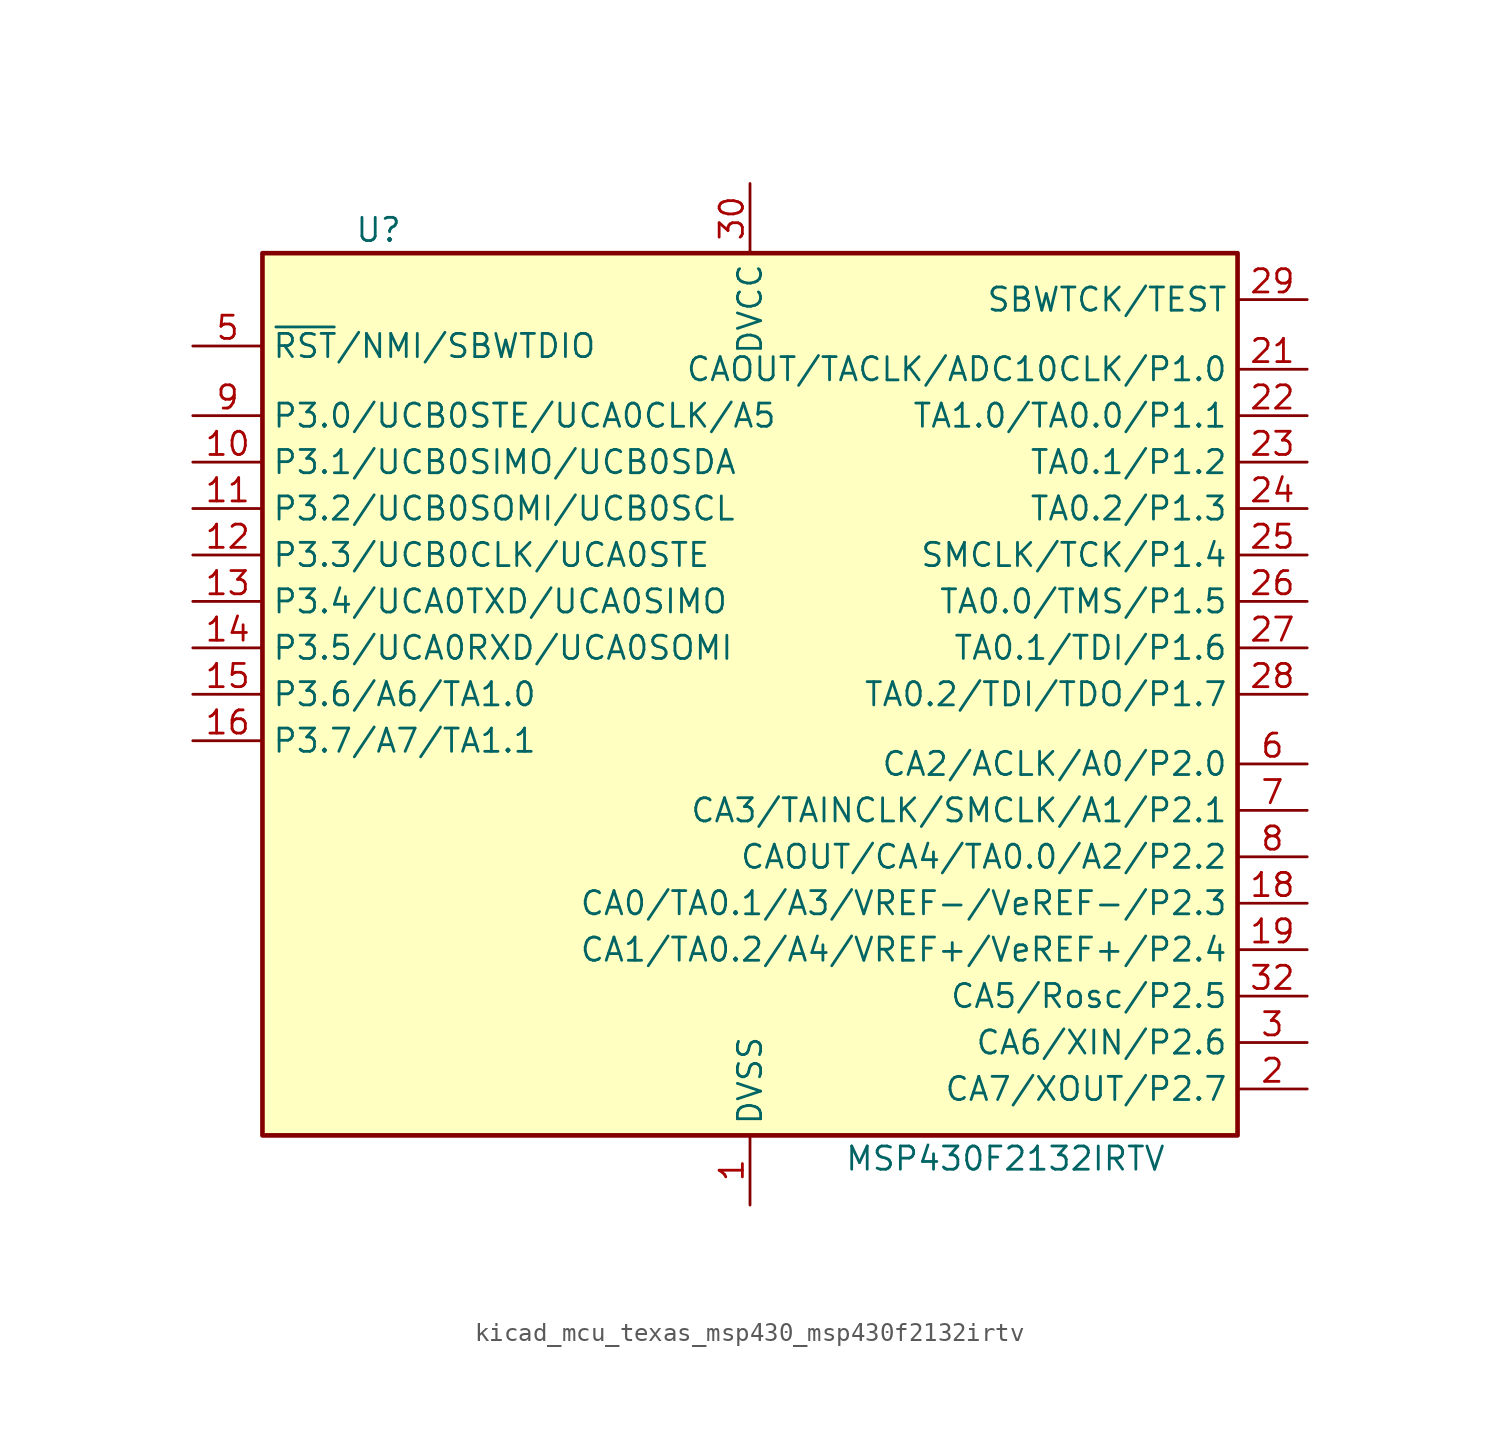
<source format=kicad_sym>
(kicad_symbol_lib
  (version 20220914)
  (generator kicad_symbol_editor)
  (symbol "kicad_mcu_texas_msp430_msp430f2132irtv"
    (property "Reference" "U"
      (at -20.32 25.4 0)
      (effects (font (size 1.27 1.27))))
    (property "Value" "MSP430F2132IRTV"
      (at 13.97 -25.4 0)
      (effects (font (size 1.27 1.27))))
    (symbol "kicad_mcu_texas_msp430_msp430f2132irtv_0_1"
      (rectangle (start -26.67 24.13) (end 26.67 -24.13) (stroke (width 0.254) (type default)) (fill (type background))))
    (symbol "kicad_mcu_texas_msp430_msp430f2132irtv_1_1"
      (pin power_in line (at 0 -27.94 90) (length 3.81) (name "DVSS" (effects (font (size 1.27 1.27)))) (number "1" (effects (font (size 1.27 1.27)))))
      (pin bidirectional line (at -30.48 12.7 0) (length 3.81) (name "P3.1/UCB0SIMO/UCB0SDA" (effects (font (size 1.27 1.27)))) (number "10" (effects (font (size 1.27 1.27)))))
      (pin bidirectional line (at -30.48 10.16 0) (length 3.81) (name "P3.2/UCB0SOMI/UCB0SCL" (effects (font (size 1.27 1.27)))) (number "11" (effects (font (size 1.27 1.27)))))
      (pin bidirectional line (at -30.48 7.62 0) (length 3.81) (name "P3.3/UCB0CLK/UCA0STE" (effects (font (size 1.27 1.27)))) (number "12" (effects (font (size 1.27 1.27)))))
      (pin bidirectional line (at -30.48 5.08 0) (length 3.81) (name "P3.4/UCA0TXD/UCA0SIMO" (effects (font (size 1.27 1.27)))) (number "13" (effects (font (size 1.27 1.27)))))
      (pin bidirectional line (at -30.48 2.54 0) (length 3.81) (name "P3.5/UCA0RXD/UCA0SOMI" (effects (font (size 1.27 1.27)))) (number "14" (effects (font (size 1.27 1.27)))))
      (pin bidirectional line (at -30.48 0 0) (length 3.81) (name "P3.6/A6/TA1.0" (effects (font (size 1.27 1.27)))) (number "15" (effects (font (size 1.27 1.27)))))
      (pin bidirectional line (at -30.48 -2.54 0) (length 3.81) (name "P3.7/A7/TA1.1" (effects (font (size 1.27 1.27)))) (number "16" (effects (font (size 1.27 1.27)))))
      (pin bidirectional line (at 30.48 -11.43 180) (length 3.81) (name "CA0/TA0.1/A3/VREF-/VeREF-/P2.3" (effects (font (size 1.27 1.27)))) (number "18" (effects (font (size 1.27 1.27)))))
      (pin bidirectional line (at 30.48 -13.97 180) (length 3.81) (name "CA1/TA0.2/A4/VREF+/VeREF+/P2.4" (effects (font (size 1.27 1.27)))) (number "19" (effects (font (size 1.27 1.27)))))
      (pin bidirectional line (at 30.48 -21.59 180) (length 3.81) (name "CA7/XOUT/P2.7" (effects (font (size 1.27 1.27)))) (number "2" (effects (font (size 1.27 1.27)))))
      (pin bidirectional line (at 30.48 17.78 180) (length 3.81) (name "CAOUT/TACLK/ADC10CLK/P1.0" (effects (font (size 1.27 1.27)))) (number "21" (effects (font (size 1.27 1.27)))))
      (pin bidirectional line (at 30.48 15.24 180) (length 3.81) (name "TA1.0/TA0.0/P1.1" (effects (font (size 1.27 1.27)))) (number "22" (effects (font (size 1.27 1.27)))))
      (pin bidirectional line (at 30.48 12.7 180) (length 3.81) (name "TA0.1/P1.2" (effects (font (size 1.27 1.27)))) (number "23" (effects (font (size 1.27 1.27)))))
      (pin bidirectional line (at 30.48 10.16 180) (length 3.81) (name "TA0.2/P1.3" (effects (font (size 1.27 1.27)))) (number "24" (effects (font (size 1.27 1.27)))))
      (pin bidirectional line (at 30.48 7.62 180) (length 3.81) (name "SMCLK/TCK/P1.4" (effects (font (size 1.27 1.27)))) (number "25" (effects (font (size 1.27 1.27)))))
      (pin bidirectional line (at 30.48 5.08 180) (length 3.81) (name "TA0.0/TMS/P1.5" (effects (font (size 1.27 1.27)))) (number "26" (effects (font (size 1.27 1.27)))))
      (pin bidirectional line (at 30.48 2.54 180) (length 3.81) (name "TA0.1/TDI/P1.6" (effects (font (size 1.27 1.27)))) (number "27" (effects (font (size 1.27 1.27)))))
      (pin bidirectional line (at 30.48 0 180) (length 3.81) (name "TA0.2/TDI/TDO/P1.7" (effects (font (size 1.27 1.27)))) (number "28" (effects (font (size 1.27 1.27)))))
      (pin input line (at 30.48 21.59 180) (length 3.81) (name "SBWTCK/TEST" (effects (font (size 1.27 1.27)))) (number "29" (effects (font (size 1.27 1.27)))))
      (pin bidirectional line (at 30.48 -19.05 180) (length 3.81) (name "CA6/XIN/P2.6" (effects (font (size 1.27 1.27)))) (number "3" (effects (font (size 1.27 1.27)))))
      (pin power_in line (at 0 27.94 270) (length 3.81) (name "DVCC" (effects (font (size 1.27 1.27)))) (number "30" (effects (font (size 1.27 1.27)))))
      (pin bidirectional line (at 30.48 -16.51 180) (length 3.81) (name "CA5/Rosc/P2.5" (effects (font (size 1.27 1.27)))) (number "32" (effects (font (size 1.27 1.27)))))
      (pin bidirectional line (at -30.48 19.05 0) (length 3.81) (name "~{RST}/NMI/SBWTDIO" (effects (font (size 1.27 1.27)))) (number "5" (effects (font (size 1.27 1.27)))))
      (pin bidirectional line (at 30.48 -3.81 180) (length 3.81) (name "CA2/ACLK/A0/P2.0" (effects (font (size 1.27 1.27)))) (number "6" (effects (font (size 1.27 1.27)))))
      (pin bidirectional line (at 30.48 -6.35 180) (length 3.81) (name "CA3/TAINCLK/SMCLK/A1/P2.1" (effects (font (size 1.27 1.27)))) (number "7" (effects (font (size 1.27 1.27)))))
      (pin bidirectional line (at 30.48 -8.89 180) (length 3.81) (name "CAOUT/CA4/TA0.0/A2/P2.2" (effects (font (size 1.27 1.27)))) (number "8" (effects (font (size 1.27 1.27)))))
      (pin bidirectional line (at -30.48 15.24 0) (length 3.81) (name "P3.0/UCB0STE/UCA0CLK/A5" (effects (font (size 1.27 1.27)))) (number "9" (effects (font (size 1.27 1.27))))))))
</source>
